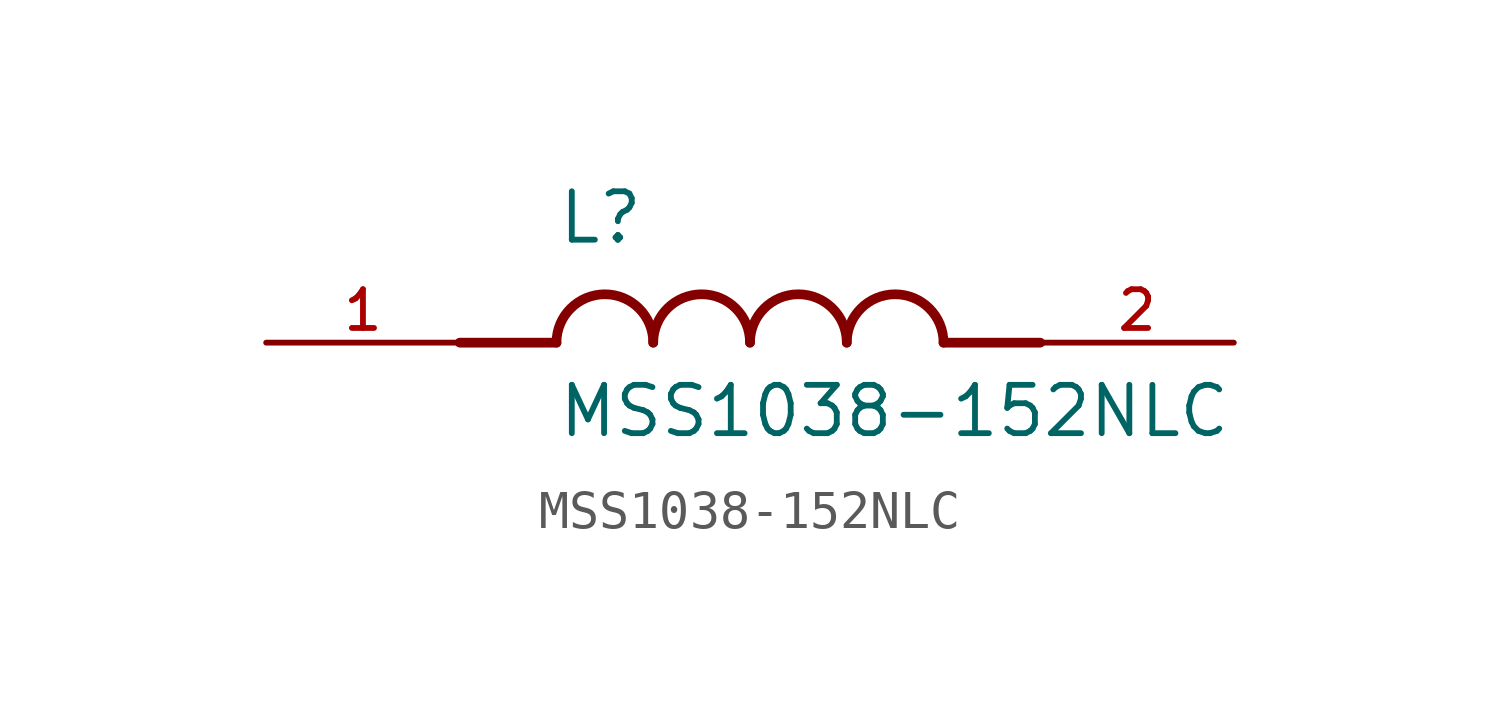
<source format=kicad_sym>
(kicad_symbol_lib
  (version 20241209)
  (generator "kicad_symbol_editor")
  (generator_version "9.0")
  (symbol "MSS1038-152NLC"
    (pin_names
      (offset 1.016))
    (property "Reference" "L"
      (at -5.08 2.54 0)
      (effects (font (size 1.27 1.27)) (justify left bottom)))
    (property "Value" "MSS1038-152NLC"
      (at -5.08 -2.54 0)
      (effects (font (size 1.27 1.27)) (justify left bottom)))
    (symbol "MSS1038-152NLC_0_0"
      (polyline (pts (xy -5.08 0) (xy -7.62 0)) (stroke (width 0.254) (type default)) (fill (type none)))
      (arc (start -5.08 0) (mid -3.81 1.2645) (end -2.54 0) (stroke (width 0.254) (type default)) (fill (type none)))
      (arc (start -2.54 0) (mid -1.27 1.2645) (end 0 0) (stroke (width 0.254) (type default)) (fill (type none)))
      (arc (start 0 0) (mid 1.27 1.2645) (end 2.54 0) (stroke (width 0.254) (type default)) (fill (type none)))
      (arc (start 2.54 0) (mid 3.81 1.2645) (end 5.08 0) (stroke (width 0.254) (type default)) (fill (type none)))
      (polyline (pts (xy 5.08 0) (xy 7.62 0)) (stroke (width 0.254) (type default)) (fill (type none)))
      (pin passive line (at -12.7 0 0) (length 5.08) (name "~" (effects (font (size 1.016 1.016)))) (number "1" (effects (font (size 1.016 1.016)))))
      (pin passive line (at 12.7 0 180) (length 5.08) (name "~" (effects (font (size 1.016 1.016)))) (number "2" (effects (font (size 1.016 1.016))))))))
</source>
